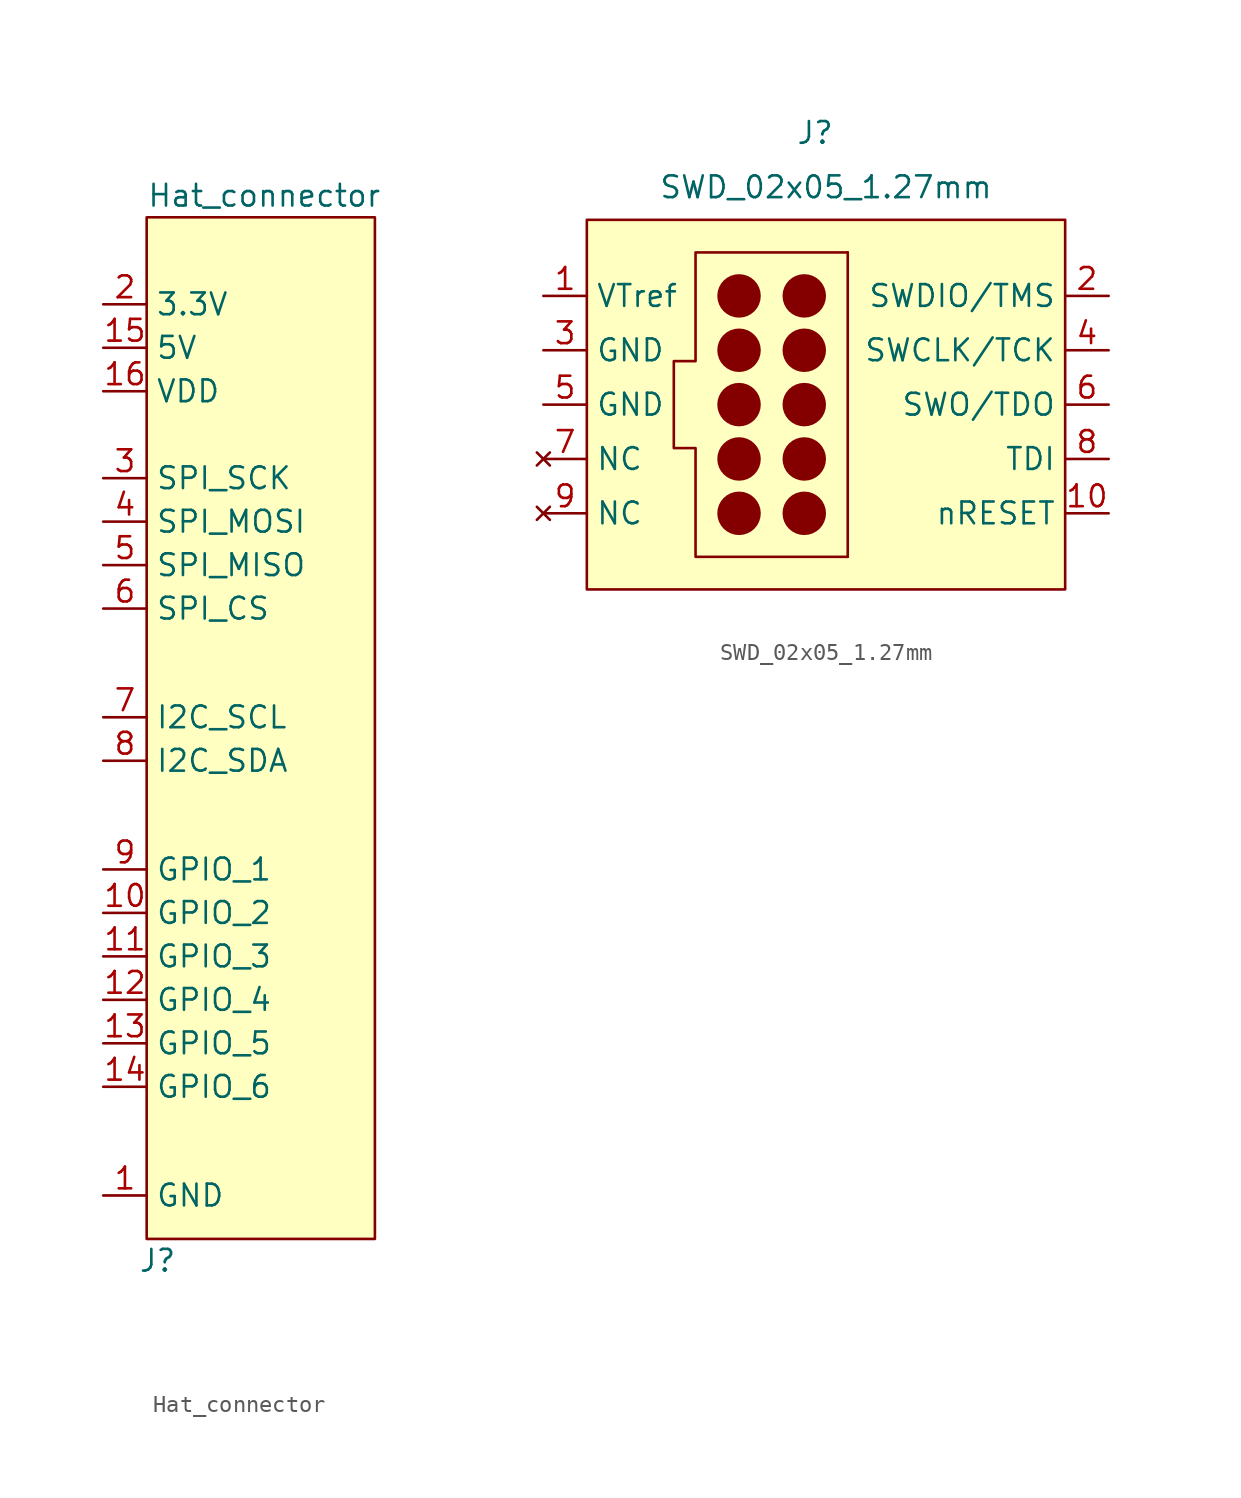
<source format=kicad_sym>
(kicad_symbol_lib
  (version 20211014)
  (generator kicad_symbol_editor)
  (symbol "Hat_connector"
    (property "Reference" "J"
      (at -6.35 -26.035 0)
      (effects (font (size 1.27 1.27))))
    (property "Value" "Hat_connector"
      (at -6.985 36.195 0)
      (effects (font (size 1.27 1.27)) (justify left)))
    (symbol "Hat_connector_0_0"
      (pin power_in line (at -9.525 -22.225 0) (length 2.54) (name "GND" (effects (font (size 1.27 1.27)))) (number "1" (effects (font (size 1.27 1.27)))))
      (pin bidirectional line (at -9.525 -5.715 0) (length 2.54) (name "GPIO_2" (effects (font (size 1.27 1.27)))) (number "10" (effects (font (size 1.27 1.27)))))
      (pin bidirectional line (at -9.525 -8.255 0) (length 2.54) (name "GPIO_3" (effects (font (size 1.27 1.27)))) (number "11" (effects (font (size 1.27 1.27)))))
      (pin bidirectional line (at -9.525 -10.795 0) (length 2.54) (name "GPIO_4" (effects (font (size 1.27 1.27)))) (number "12" (effects (font (size 1.27 1.27)))))
      (pin bidirectional line (at -9.525 -13.335 0) (length 2.54) (name "GPIO_5" (effects (font (size 1.27 1.27)))) (number "13" (effects (font (size 1.27 1.27)))))
      (pin bidirectional line (at -9.525 -15.875 0) (length 2.54) (name "GPIO_6" (effects (font (size 1.27 1.27)))) (number "14" (effects (font (size 1.27 1.27)))))
      (pin power_out line (at -9.525 27.305 0) (length 2.54) (name "5V" (effects (font (size 1.27 1.27)))) (number "15" (effects (font (size 1.27 1.27)))))
      (pin power_out line (at -9.525 24.765 0) (length 2.54) (name "VDD" (effects (font (size 1.27 1.27)))) (number "16" (effects (font (size 1.27 1.27)))))
      (pin power_out line (at -9.525 29.845 0) (length 2.54) (name "3.3V" (effects (font (size 1.27 1.27)))) (number "2" (effects (font (size 1.27 1.27)))))
      (pin output line (at -9.525 19.685 0) (length 2.54) (name "SPI_SCK" (effects (font (size 1.27 1.27)))) (number "3" (effects (font (size 1.27 1.27)))))
      (pin output line (at -9.525 17.145 0) (length 2.54) (name "SPI_MOSI" (effects (font (size 1.27 1.27)))) (number "4" (effects (font (size 1.27 1.27)))))
      (pin input line (at -9.525 14.605 0) (length 2.54) (name "SPI_MISO" (effects (font (size 1.27 1.27)))) (number "5" (effects (font (size 1.27 1.27)))))
      (pin output line (at -9.525 12.065 0) (length 2.54) (name "SPI_CS" (effects (font (size 1.27 1.27)))) (number "6" (effects (font (size 1.27 1.27)))))
      (pin output line (at -9.525 5.715 0) (length 2.54) (name "I2C_SCL" (effects (font (size 1.27 1.27)))) (number "7" (effects (font (size 1.27 1.27)))))
      (pin bidirectional line (at -9.525 3.175 0) (length 2.54) (name "I2C_SDA" (effects (font (size 1.27 1.27)))) (number "8" (effects (font (size 1.27 1.27)))))
      (pin bidirectional line (at -9.525 -3.175 0) (length 2.54) (name "GPIO_1" (effects (font (size 1.27 1.27)))) (number "9" (effects (font (size 1.27 1.27))))))
    (symbol "Hat_connector_0_1"
      (rectangle (start -6.985 34.925) (end 6.35 -24.765) (stroke (width 0) (type default) (color 0 0 0 0)) (fill (type background)))))
  (symbol "SWD_02x05_1.27mm"
    (property "Reference" "J"
      (at -0.635 15.875 0)
      (effects (font (size 1.27 1.27))))
    (property "Value" "SWD_02x05_1.27mm"
      (at 0 12.7 0)
      (effects (font (size 1.27 1.27))))
    (symbol "SWD_02x05_1.27mm_0_0"
      (circle (center -5.08 -6.35) (radius 0.0001) (stroke (width 1.27) (type default) (color 0 0 0 0)) (fill (type none)))
      (circle (center -5.08 -3.175) (radius 0.0001) (stroke (width 1.27) (type default) (color 0 0 0 0)) (fill (type none)))
      (circle (center -5.08 0) (radius 0.0001) (stroke (width 1.27) (type default) (color 0 0 0 0)) (fill (type none)))
      (circle (center -5.08 3.175) (radius 0.0001) (stroke (width 1.27) (type default) (color 0 0 0 0)) (fill (type none)))
      (circle (center -5.08 6.35) (radius 0.0001) (stroke (width 1.27) (type default) (color 0 0 0 0)) (fill (type none)))
      (circle (center -1.27 -6.35) (radius 0.0001) (stroke (width 1.27) (type default) (color 0 0 0 0)) (fill (type none)))
      (circle (center -1.27 -3.175) (radius 0.0001) (stroke (width 1.27) (type default) (color 0 0 0 0)) (fill (type none)))
      (circle (center -1.27 0) (radius 0.0001) (stroke (width 1.27) (type default) (color 0 0 0 0)) (fill (type none)))
      (circle (center -1.27 3.175) (radius 0.0001) (stroke (width 1.27) (type default) (color 0 0 0 0)) (fill (type none)))
      (circle (center -1.27 6.35) (radius 0.0001) (stroke (width 1.27) (type default) (color 0 0 0 0)) (fill (type none)))
      (polyline (pts (xy -3.175 -10.795) (xy -13.97 -10.795) (xy -13.97 10.795) (xy 13.97 10.795) (xy 13.97 -10.795) (xy -3.175 -10.795)) (stroke (width 0) (type default) (color 0 0 0 0)) (fill (type background)))
      (polyline (pts (xy 1.27 8.89) (xy -7.62 8.89) (xy -7.62 2.54) (xy -8.89 2.54) (xy -8.89 -2.54) (xy -7.62 -2.54) (xy -7.62 -8.89) (xy 1.27 -8.89)) (stroke (width 0) (type default) (color 0 0 0 0)) (fill (type none))))
    (symbol "SWD_02x05_1.27mm_0_1"
      (polyline (pts (xy 1.27 -8.89) (xy 1.27 8.89)) (stroke (width 0) (type default) (color 0 0 0 0)) (fill (type none))))
    (symbol "SWD_02x05_1.27mm_1_1"
      (pin power_in line (at -16.51 6.35 0) (length 2.54) (name "VTref" (effects (font (size 1.27 1.27)))) (number "1" (effects (font (size 1.27 1.27)))))
      (pin bidirectional line (at 16.51 -6.35 180) (length 2.54) (name "nRESET" (effects (font (size 1.27 1.27)))) (number "10" (effects (font (size 1.27 1.27)))))
      (pin bidirectional line (at 16.51 6.35 180) (length 2.54) (name "SWDIO/TMS" (effects (font (size 1.27 1.27)))) (number "2" (effects (font (size 1.27 1.27)))))
      (pin power_in line (at -16.51 3.175 0) (length 2.54) (name "GND" (effects (font (size 1.27 1.27)))) (number "3" (effects (font (size 1.27 1.27)))))
      (pin bidirectional line (at 16.51 3.175 180) (length 2.54) (name "SWCLK/TCK" (effects (font (size 1.27 1.27)))) (number "4" (effects (font (size 1.27 1.27)))))
      (pin power_in line (at -16.51 0 0) (length 2.54) (name "GND" (effects (font (size 1.27 1.27)))) (number "5" (effects (font (size 1.27 1.27)))))
      (pin input line (at 16.51 0 180) (length 2.54) (name "SWO/TDO" (effects (font (size 1.27 1.27)))) (number "6" (effects (font (size 1.27 1.27)))))
      (pin no_connect line (at -16.51 -3.175 0) (length 2.54) (name "NC" (effects (font (size 1.27 1.27)))) (number "7" (effects (font (size 1.27 1.27)))))
      (pin input line (at 16.51 -3.175 180) (length 2.54) (name "TDI" (effects (font (size 1.27 1.27)))) (number "8" (effects (font (size 1.27 1.27)))))
      (pin no_connect line (at -16.51 -6.35 0) (length 2.54) (name "NC" (effects (font (size 1.27 1.27)))) (number "9" (effects (font (size 1.27 1.27))))))))
</source>
